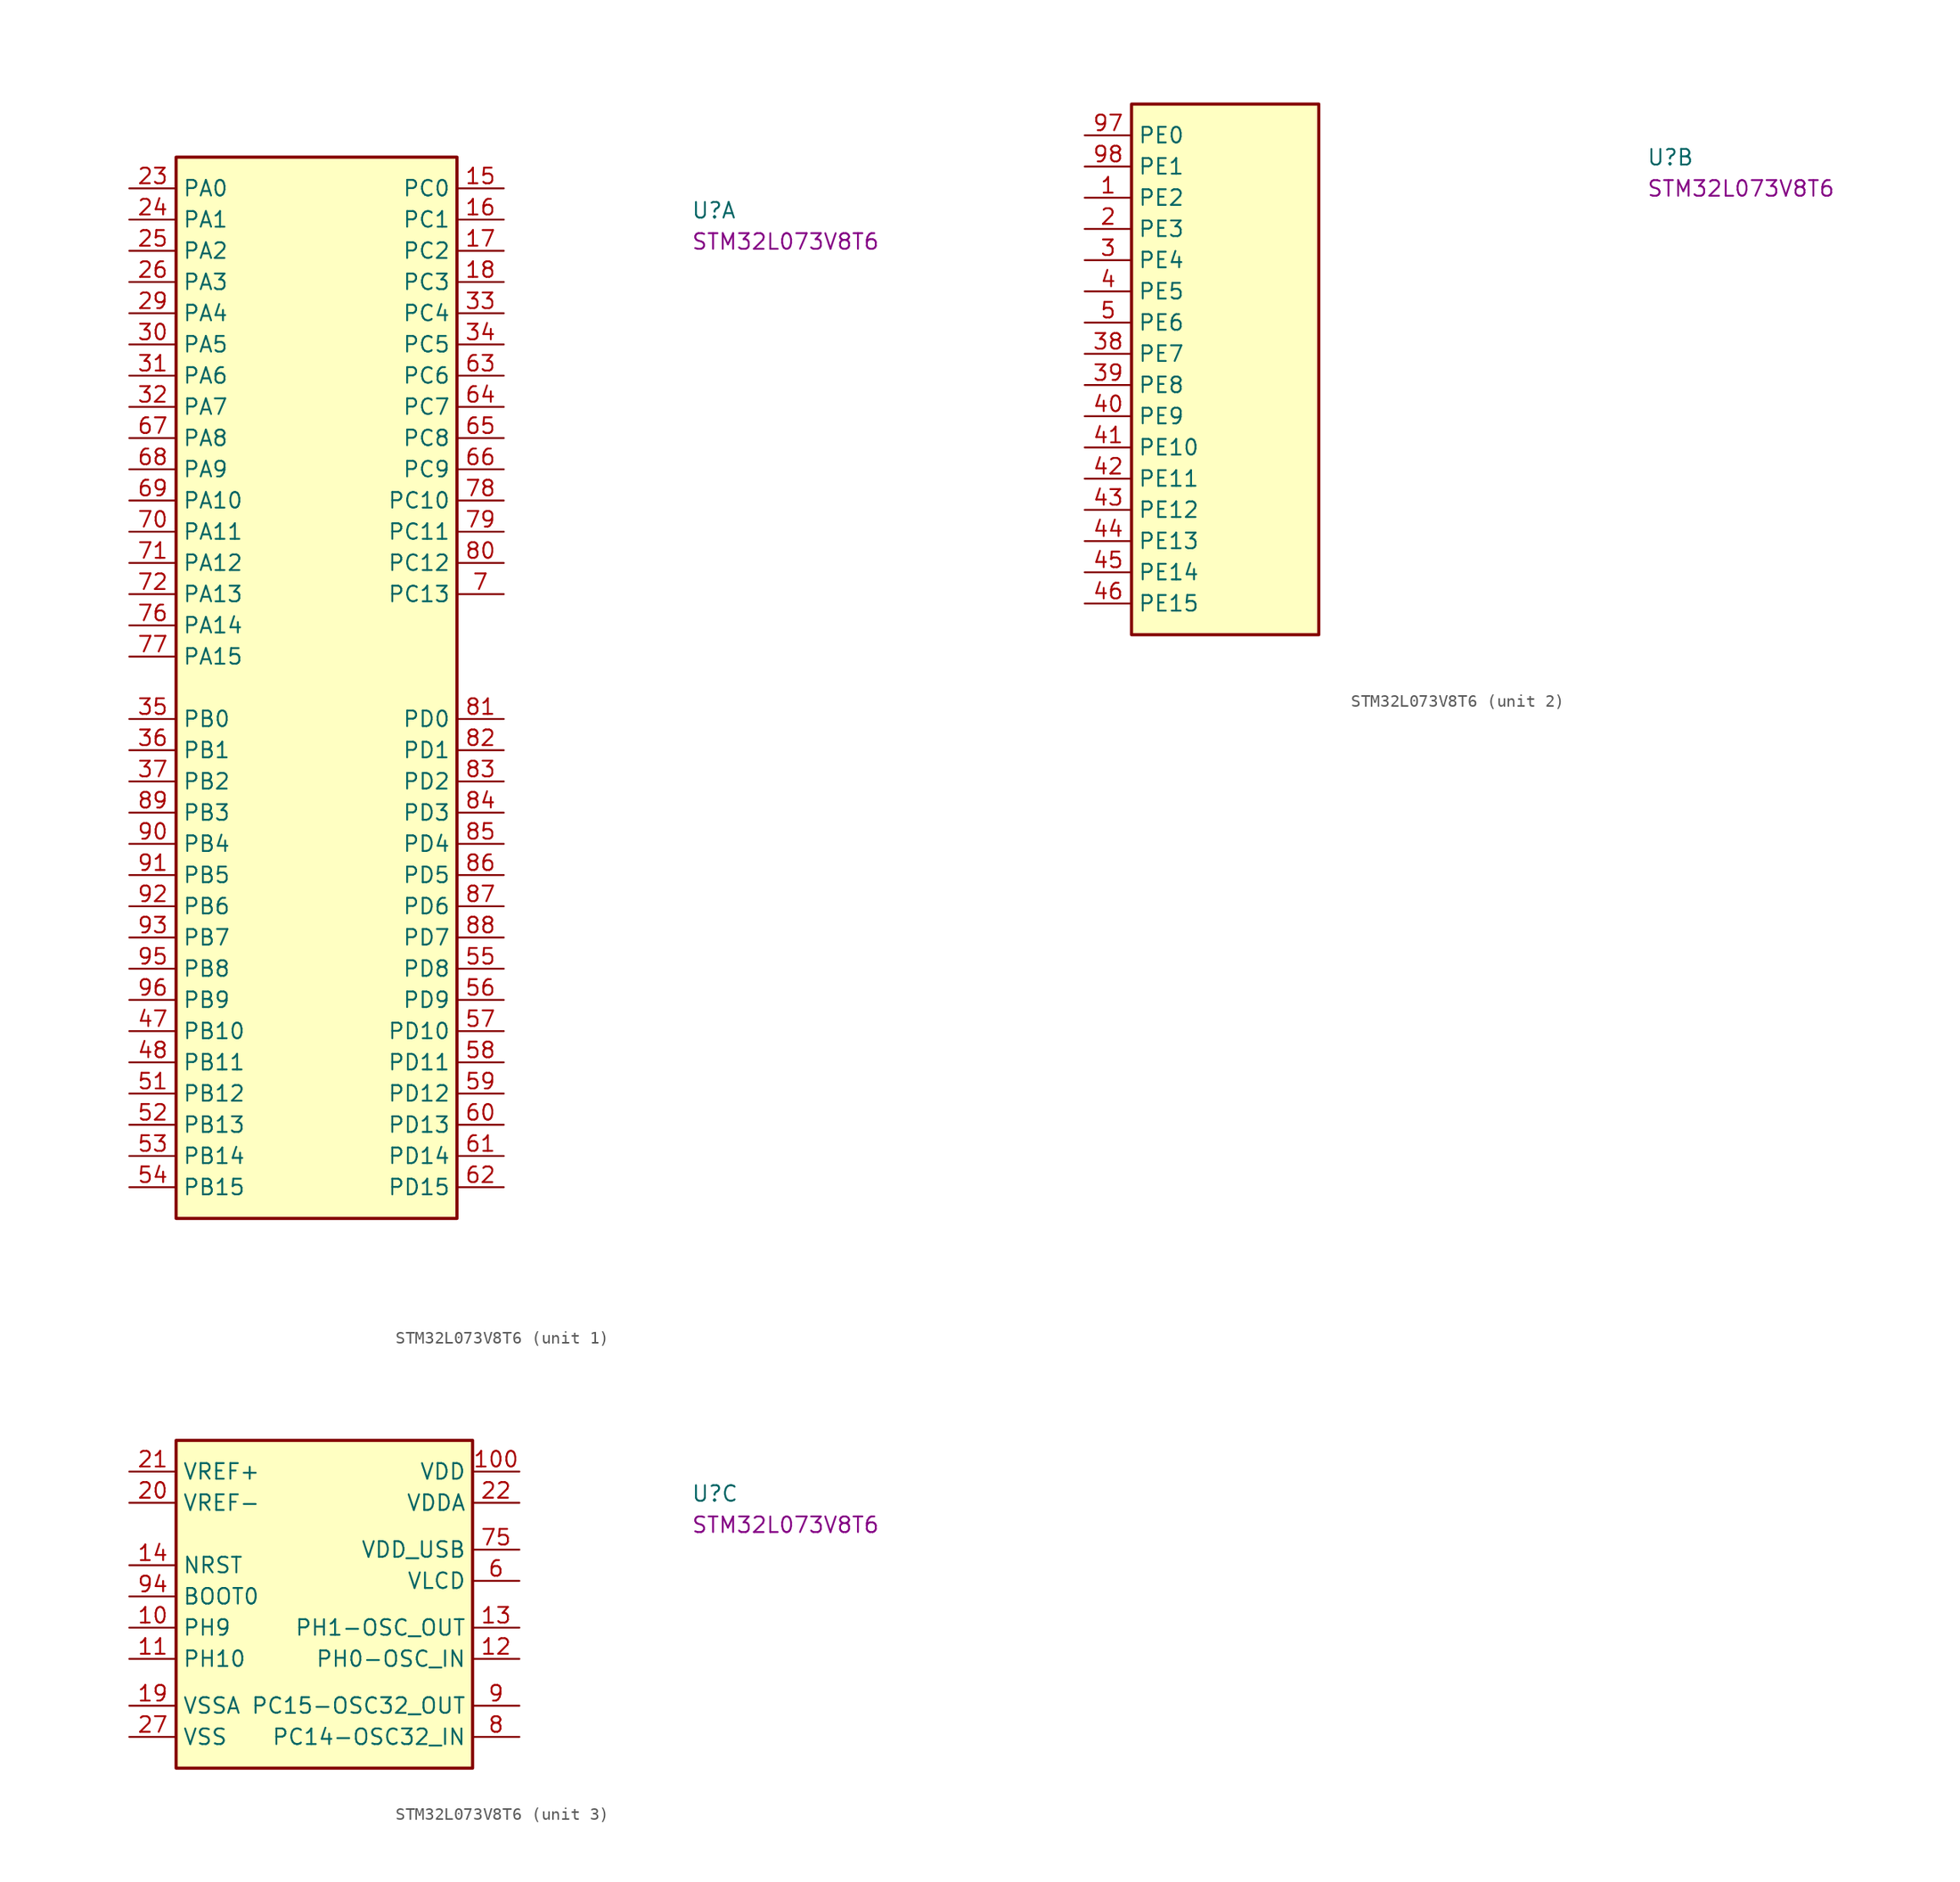
<source format=kicad_sym>
(kicad_symbol_lib
  (version 20220914)
  (generator kicad_symbol_editor)
  (symbol "STM32L073V8T6"
    (property "Reference" "U"
      (at 45.72 -2.54 0)
      (effects (font (size 1.27 1.27) (thickness 0.15)) (justify left bottom)))
    (property "MPN" "STM32L073V8T6"
      (at 45.72 -5.08 0)
      (effects (font (size 1.27 1.27) (thickness 0.15)) (justify left bottom)))
    (property "ki_locked" ""
      (at 0 0 0)
      (effects (font (size 1.27 1.27))))
    (symbol "STM32L073V8T6_1_1"
      (rectangle (start 26.67 2.54) (end 3.81 -83.82) (stroke (width 0.254) (type default)) (fill (type background)))
      (pin bidirectional line (at 30.48 0 180) (length 3.81) (name "PC0" (effects (font (size 1.27 1.27)))) (number "15" (effects (font (size 1.27 1.27)))))
      (pin bidirectional line (at 30.48 -2.54 180) (length 3.81) (name "PC1" (effects (font (size 1.27 1.27)))) (number "16" (effects (font (size 1.27 1.27)))))
      (pin bidirectional line (at 30.48 -5.08 180) (length 3.81) (name "PC2" (effects (font (size 1.27 1.27)))) (number "17" (effects (font (size 1.27 1.27)))))
      (pin bidirectional line (at 30.48 -7.62 180) (length 3.81) (name "PC3" (effects (font (size 1.27 1.27)))) (number "18" (effects (font (size 1.27 1.27)))))
      (pin bidirectional line (at 0 0 0) (length 3.81) (name "PA0" (effects (font (size 1.27 1.27)))) (number "23" (effects (font (size 1.27 1.27)))))
      (pin bidirectional line (at 0 -2.54 0) (length 3.81) (name "PA1" (effects (font (size 1.27 1.27)))) (number "24" (effects (font (size 1.27 1.27)))))
      (pin bidirectional line (at 0 -5.08 0) (length 3.81) (name "PA2" (effects (font (size 1.27 1.27)))) (number "25" (effects (font (size 1.27 1.27)))))
      (pin bidirectional line (at 0 -7.62 0) (length 3.81) (name "PA3" (effects (font (size 1.27 1.27)))) (number "26" (effects (font (size 1.27 1.27)))))
      (pin bidirectional line (at 0 -10.16 0) (length 3.81) (name "PA4" (effects (font (size 1.27 1.27)))) (number "29" (effects (font (size 1.27 1.27)))))
      (pin bidirectional line (at 0 -12.7 0) (length 3.81) (name "PA5" (effects (font (size 1.27 1.27)))) (number "30" (effects (font (size 1.27 1.27)))))
      (pin bidirectional line (at 0 -15.24 0) (length 3.81) (name "PA6" (effects (font (size 1.27 1.27)))) (number "31" (effects (font (size 1.27 1.27)))))
      (pin bidirectional line (at 0 -17.78 0) (length 3.81) (name "PA7" (effects (font (size 1.27 1.27)))) (number "32" (effects (font (size 1.27 1.27)))))
      (pin bidirectional line (at 30.48 -10.16 180) (length 3.81) (name "PC4" (effects (font (size 1.27 1.27)))) (number "33" (effects (font (size 1.27 1.27)))))
      (pin bidirectional line (at 30.48 -12.7 180) (length 3.81) (name "PC5" (effects (font (size 1.27 1.27)))) (number "34" (effects (font (size 1.27 1.27)))))
      (pin bidirectional line (at 0 -43.18 0) (length 3.81) (name "PB0" (effects (font (size 1.27 1.27)))) (number "35" (effects (font (size 1.27 1.27)))))
      (pin bidirectional line (at 0 -45.72 0) (length 3.81) (name "PB1" (effects (font (size 1.27 1.27)))) (number "36" (effects (font (size 1.27 1.27)))))
      (pin bidirectional line (at 0 -48.26 0) (length 3.81) (name "PB2" (effects (font (size 1.27 1.27)))) (number "37" (effects (font (size 1.27 1.27)))))
      (pin bidirectional line (at 0 -68.58 0) (length 3.81) (name "PB10" (effects (font (size 1.27 1.27)))) (number "47" (effects (font (size 1.27 1.27)))))
      (pin bidirectional line (at 0 -71.12 0) (length 3.81) (name "PB11" (effects (font (size 1.27 1.27)))) (number "48" (effects (font (size 1.27 1.27)))))
      (pin bidirectional line (at 0 -73.66 0) (length 3.81) (name "PB12" (effects (font (size 1.27 1.27)))) (number "51" (effects (font (size 1.27 1.27)))))
      (pin bidirectional line (at 0 -76.2 0) (length 3.81) (name "PB13" (effects (font (size 1.27 1.27)))) (number "52" (effects (font (size 1.27 1.27)))))
      (pin bidirectional line (at 0 -78.74 0) (length 3.81) (name "PB14" (effects (font (size 1.27 1.27)))) (number "53" (effects (font (size 1.27 1.27)))))
      (pin bidirectional line (at 0 -81.28 0) (length 3.81) (name "PB15" (effects (font (size 1.27 1.27)))) (number "54" (effects (font (size 1.27 1.27)))))
      (pin bidirectional line (at 30.48 -63.5 180) (length 3.81) (name "PD8" (effects (font (size 1.27 1.27)))) (number "55" (effects (font (size 1.27 1.27)))))
      (pin bidirectional line (at 30.48 -66.04 180) (length 3.81) (name "PD9" (effects (font (size 1.27 1.27)))) (number "56" (effects (font (size 1.27 1.27)))))
      (pin bidirectional line (at 30.48 -68.58 180) (length 3.81) (name "PD10" (effects (font (size 1.27 1.27)))) (number "57" (effects (font (size 1.27 1.27)))))
      (pin bidirectional line (at 30.48 -71.12 180) (length 3.81) (name "PD11" (effects (font (size 1.27 1.27)))) (number "58" (effects (font (size 1.27 1.27)))))
      (pin bidirectional line (at 30.48 -73.66 180) (length 3.81) (name "PD12" (effects (font (size 1.27 1.27)))) (number "59" (effects (font (size 1.27 1.27)))))
      (pin bidirectional line (at 30.48 -76.2 180) (length 3.81) (name "PD13" (effects (font (size 1.27 1.27)))) (number "60" (effects (font (size 1.27 1.27)))))
      (pin bidirectional line (at 30.48 -78.74 180) (length 3.81) (name "PD14" (effects (font (size 1.27 1.27)))) (number "61" (effects (font (size 1.27 1.27)))))
      (pin bidirectional line (at 30.48 -81.28 180) (length 3.81) (name "PD15" (effects (font (size 1.27 1.27)))) (number "62" (effects (font (size 1.27 1.27)))))
      (pin bidirectional line (at 30.48 -15.24 180) (length 3.81) (name "PC6" (effects (font (size 1.27 1.27)))) (number "63" (effects (font (size 1.27 1.27)))))
      (pin bidirectional line (at 30.48 -17.78 180) (length 3.81) (name "PC7" (effects (font (size 1.27 1.27)))) (number "64" (effects (font (size 1.27 1.27)))))
      (pin bidirectional line (at 30.48 -20.32 180) (length 3.81) (name "PC8" (effects (font (size 1.27 1.27)))) (number "65" (effects (font (size 1.27 1.27)))))
      (pin bidirectional line (at 30.48 -22.86 180) (length 3.81) (name "PC9" (effects (font (size 1.27 1.27)))) (number "66" (effects (font (size 1.27 1.27)))))
      (pin bidirectional line (at 0 -20.32 0) (length 3.81) (name "PA8" (effects (font (size 1.27 1.27)))) (number "67" (effects (font (size 1.27 1.27)))))
      (pin bidirectional line (at 0 -22.86 0) (length 3.81) (name "PA9" (effects (font (size 1.27 1.27)))) (number "68" (effects (font (size 1.27 1.27)))))
      (pin bidirectional line (at 0 -25.4 0) (length 3.81) (name "PA10" (effects (font (size 1.27 1.27)))) (number "69" (effects (font (size 1.27 1.27)))))
      (pin bidirectional line (at 30.48 -33.02 180) (length 3.81) (name "PC13" (effects (font (size 1.27 1.27)))) (number "7" (effects (font (size 1.27 1.27)))))
      (pin bidirectional line (at 0 -27.94 0) (length 3.81) (name "PA11" (effects (font (size 1.27 1.27)))) (number "70" (effects (font (size 1.27 1.27)))))
      (pin bidirectional line (at 0 -30.48 0) (length 3.81) (name "PA12" (effects (font (size 1.27 1.27)))) (number "71" (effects (font (size 1.27 1.27)))))
      (pin bidirectional line (at 0 -33.02 0) (length 3.81) (name "PA13" (effects (font (size 1.27 1.27)))) (number "72" (effects (font (size 1.27 1.27)))))
      (pin bidirectional line (at 0 -35.56 0) (length 3.81) (name "PA14" (effects (font (size 1.27 1.27)))) (number "76" (effects (font (size 1.27 1.27)))))
      (pin bidirectional line (at 0 -38.1 0) (length 3.81) (name "PA15" (effects (font (size 1.27 1.27)))) (number "77" (effects (font (size 1.27 1.27)))))
      (pin bidirectional line (at 30.48 -25.4 180) (length 3.81) (name "PC10" (effects (font (size 1.27 1.27)))) (number "78" (effects (font (size 1.27 1.27)))))
      (pin bidirectional line (at 30.48 -27.94 180) (length 3.81) (name "PC11" (effects (font (size 1.27 1.27)))) (number "79" (effects (font (size 1.27 1.27)))))
      (pin bidirectional line (at 30.48 -30.48 180) (length 3.81) (name "PC12" (effects (font (size 1.27 1.27)))) (number "80" (effects (font (size 1.27 1.27)))))
      (pin bidirectional line (at 30.48 -43.18 180) (length 3.81) (name "PD0" (effects (font (size 1.27 1.27)))) (number "81" (effects (font (size 1.27 1.27)))))
      (pin bidirectional line (at 30.48 -45.72 180) (length 3.81) (name "PD1" (effects (font (size 1.27 1.27)))) (number "82" (effects (font (size 1.27 1.27)))))
      (pin bidirectional line (at 30.48 -48.26 180) (length 3.81) (name "PD2" (effects (font (size 1.27 1.27)))) (number "83" (effects (font (size 1.27 1.27)))))
      (pin bidirectional line (at 30.48 -50.8 180) (length 3.81) (name "PD3" (effects (font (size 1.27 1.27)))) (number "84" (effects (font (size 1.27 1.27)))))
      (pin bidirectional line (at 30.48 -53.34 180) (length 3.81) (name "PD4" (effects (font (size 1.27 1.27)))) (number "85" (effects (font (size 1.27 1.27)))))
      (pin bidirectional line (at 30.48 -55.88 180) (length 3.81) (name "PD5" (effects (font (size 1.27 1.27)))) (number "86" (effects (font (size 1.27 1.27)))))
      (pin bidirectional line (at 30.48 -58.42 180) (length 3.81) (name "PD6" (effects (font (size 1.27 1.27)))) (number "87" (effects (font (size 1.27 1.27)))))
      (pin bidirectional line (at 30.48 -60.96 180) (length 3.81) (name "PD7" (effects (font (size 1.27 1.27)))) (number "88" (effects (font (size 1.27 1.27)))))
      (pin bidirectional line (at 0 -50.8 0) (length 3.81) (name "PB3" (effects (font (size 1.27 1.27)))) (number "89" (effects (font (size 1.27 1.27)))))
      (pin bidirectional line (at 0 -53.34 0) (length 3.81) (name "PB4" (effects (font (size 1.27 1.27)))) (number "90" (effects (font (size 1.27 1.27)))))
      (pin bidirectional line (at 0 -55.88 0) (length 3.81) (name "PB5" (effects (font (size 1.27 1.27)))) (number "91" (effects (font (size 1.27 1.27)))))
      (pin bidirectional line (at 0 -58.42 0) (length 3.81) (name "PB6" (effects (font (size 1.27 1.27)))) (number "92" (effects (font (size 1.27 1.27)))))
      (pin bidirectional line (at 0 -60.96 0) (length 3.81) (name "PB7" (effects (font (size 1.27 1.27)))) (number "93" (effects (font (size 1.27 1.27)))))
      (pin bidirectional line (at 0 -63.5 0) (length 3.81) (name "PB8" (effects (font (size 1.27 1.27)))) (number "95" (effects (font (size 1.27 1.27)))))
      (pin bidirectional line (at 0 -66.04 0) (length 3.81) (name "PB9" (effects (font (size 1.27 1.27)))) (number "96" (effects (font (size 1.27 1.27))))))
    (symbol "STM32L073V8T6_2_1"
      (rectangle (start 19.05 2.54) (end 3.81 -40.64) (stroke (width 0.254) (type default)) (fill (type background)))
      (pin bidirectional line (at 0 -5.08 0) (length 3.81) (name "PE2" (effects (font (size 1.27 1.27)))) (number "1" (effects (font (size 1.27 1.27)))))
      (pin bidirectional line (at 0 -7.62 0) (length 3.81) (name "PE3" (effects (font (size 1.27 1.27)))) (number "2" (effects (font (size 1.27 1.27)))))
      (pin bidirectional line (at 0 -10.16 0) (length 3.81) (name "PE4" (effects (font (size 1.27 1.27)))) (number "3" (effects (font (size 1.27 1.27)))))
      (pin bidirectional line (at 0 -17.78 0) (length 3.81) (name "PE7" (effects (font (size 1.27 1.27)))) (number "38" (effects (font (size 1.27 1.27)))))
      (pin bidirectional line (at 0 -20.32 0) (length 3.81) (name "PE8" (effects (font (size 1.27 1.27)))) (number "39" (effects (font (size 1.27 1.27)))))
      (pin bidirectional line (at 0 -12.7 0) (length 3.81) (name "PE5" (effects (font (size 1.27 1.27)))) (number "4" (effects (font (size 1.27 1.27)))))
      (pin bidirectional line (at 0 -22.86 0) (length 3.81) (name "PE9" (effects (font (size 1.27 1.27)))) (number "40" (effects (font (size 1.27 1.27)))))
      (pin bidirectional line (at 0 -25.4 0) (length 3.81) (name "PE10" (effects (font (size 1.27 1.27)))) (number "41" (effects (font (size 1.27 1.27)))))
      (pin bidirectional line (at 0 -27.94 0) (length 3.81) (name "PE11" (effects (font (size 1.27 1.27)))) (number "42" (effects (font (size 1.27 1.27)))))
      (pin bidirectional line (at 0 -30.48 0) (length 3.81) (name "PE12" (effects (font (size 1.27 1.27)))) (number "43" (effects (font (size 1.27 1.27)))))
      (pin bidirectional line (at 0 -33.02 0) (length 3.81) (name "PE13" (effects (font (size 1.27 1.27)))) (number "44" (effects (font (size 1.27 1.27)))))
      (pin bidirectional line (at 0 -35.56 0) (length 3.81) (name "PE14" (effects (font (size 1.27 1.27)))) (number "45" (effects (font (size 1.27 1.27)))))
      (pin bidirectional line (at 0 -38.1 0) (length 3.81) (name "PE15" (effects (font (size 1.27 1.27)))) (number "46" (effects (font (size 1.27 1.27)))))
      (pin bidirectional line (at 0 -15.24 0) (length 3.81) (name "PE6" (effects (font (size 1.27 1.27)))) (number "5" (effects (font (size 1.27 1.27)))))
      (pin bidirectional line (at 0 0 0) (length 3.81) (name "PE0" (effects (font (size 1.27 1.27)))) (number "97" (effects (font (size 1.27 1.27)))))
      (pin bidirectional line (at 0 -2.54 0) (length 3.81) (name "PE1" (effects (font (size 1.27 1.27)))) (number "98" (effects (font (size 1.27 1.27))))))
    (symbol "STM32L073V8T6_3_1"
      (rectangle (start 3.81 2.54) (end 27.94 -24.13) (stroke (width 0.254) (type default)) (fill (type background)))
      (pin bidirectional line (at 0 -12.7 0) (length 3.81) (name "PH9" (effects (font (size 1.27 1.27)))) (number "10" (effects (font (size 1.27 1.27)))))
      (pin power_in line (at 31.75 0 180) (length 3.81) (name "VDD" (effects (font (size 1.27 1.27)))) (number "100" (effects (font (size 1.27 1.27)))))
      (pin bidirectional line (at 0 -15.24 0) (length 3.81) (name "PH10" (effects (font (size 1.27 1.27)))) (number "11" (effects (font (size 1.27 1.27)))))
      (pin bidirectional line (at 31.75 -15.24 180) (length 3.81) (name "PH0-OSC_IN" (effects (font (size 1.27 1.27)))) (number "12" (effects (font (size 1.27 1.27)))))
      (pin bidirectional line (at 31.75 -12.7 180) (length 3.81) (name "PH1-OSC_OUT" (effects (font (size 1.27 1.27)))) (number "13" (effects (font (size 1.27 1.27)))))
      (pin bidirectional line (at 0 -7.62 0) (length 3.81) (name "NRST" (effects (font (size 1.27 1.27)))) (number "14" (effects (font (size 1.27 1.27)))))
      (pin power_in line (at 0 -19.05 0) (length 3.81) (name "VSSA" (effects (font (size 1.27 1.27)))) (number "19" (effects (font (size 1.27 1.27)))))
      (pin power_in line (at 0 -2.54 0) (length 3.81) (name "VREF-" (effects (font (size 1.27 1.27)))) (number "20" (effects (font (size 1.27 1.27)))))
      (pin power_in line (at 0 0 0) (length 3.81) (name "VREF+" (effects (font (size 1.27 1.27)))) (number "21" (effects (font (size 1.27 1.27)))))
      (pin power_in line (at 31.75 -2.54 180) (length 3.81) (name "VDDA" (effects (font (size 1.27 1.27)))) (number "22" (effects (font (size 1.27 1.27)))))
      (pin power_in line (at 0 -21.59 0) (length 3.81) (name "VSS" (effects (font (size 1.27 1.27)))) (number "27" (effects (font (size 1.27 1.27)))))
      (pin passive line (at 31.75 0 180) (length 3.81) hide (name "VDD" (effects (font (size 1.27 1.27)))) (number "28" (effects (font (size 1.27 1.27)))))
      (pin passive line (at 0 -21.59 0) (length 3.81) hide (name "VSS" (effects (font (size 1.27 1.27)))) (number "49" (effects (font (size 1.27 1.27)))))
      (pin passive line (at 31.75 0 180) (length 3.81) hide (name "VDD" (effects (font (size 1.27 1.27)))) (number "50" (effects (font (size 1.27 1.27)))))
      (pin power_in line (at 31.75 -8.89 180) (length 3.81) (name "VLCD" (effects (font (size 1.27 1.27)))) (number "6" (effects (font (size 1.27 1.27)))))
      (pin passive line (at 31.75 0 180) (length 3.81) hide (name "VDD" (effects (font (size 1.27 1.27)))) (number "73" (effects (font (size 1.27 1.27)))))
      (pin passive line (at 0 -21.59 0) (length 3.81) hide (name "VSS" (effects (font (size 1.27 1.27)))) (number "74" (effects (font (size 1.27 1.27)))))
      (pin power_in line (at 31.75 -6.35 180) (length 3.81) (name "VDD_USB" (effects (font (size 1.27 1.27)))) (number "75" (effects (font (size 1.27 1.27)))))
      (pin bidirectional line (at 31.75 -21.59 180) (length 3.81) (name "PC14-OSC32_IN" (effects (font (size 1.27 1.27)))) (number "8" (effects (font (size 1.27 1.27)))))
      (pin bidirectional line (at 31.75 -19.05 180) (length 3.81) (name "PC15-OSC32_OUT" (effects (font (size 1.27 1.27)))) (number "9" (effects (font (size 1.27 1.27)))))
      (pin input line (at 0 -10.16 0) (length 3.81) (name "BOOT0" (effects (font (size 1.27 1.27)))) (number "94" (effects (font (size 1.27 1.27)))))
      (pin passive line (at 0 -21.59 0) (length 3.81) hide (name "VSS" (effects (font (size 1.27 1.27)))) (number "99" (effects (font (size 1.27 1.27))))))))
</source>
